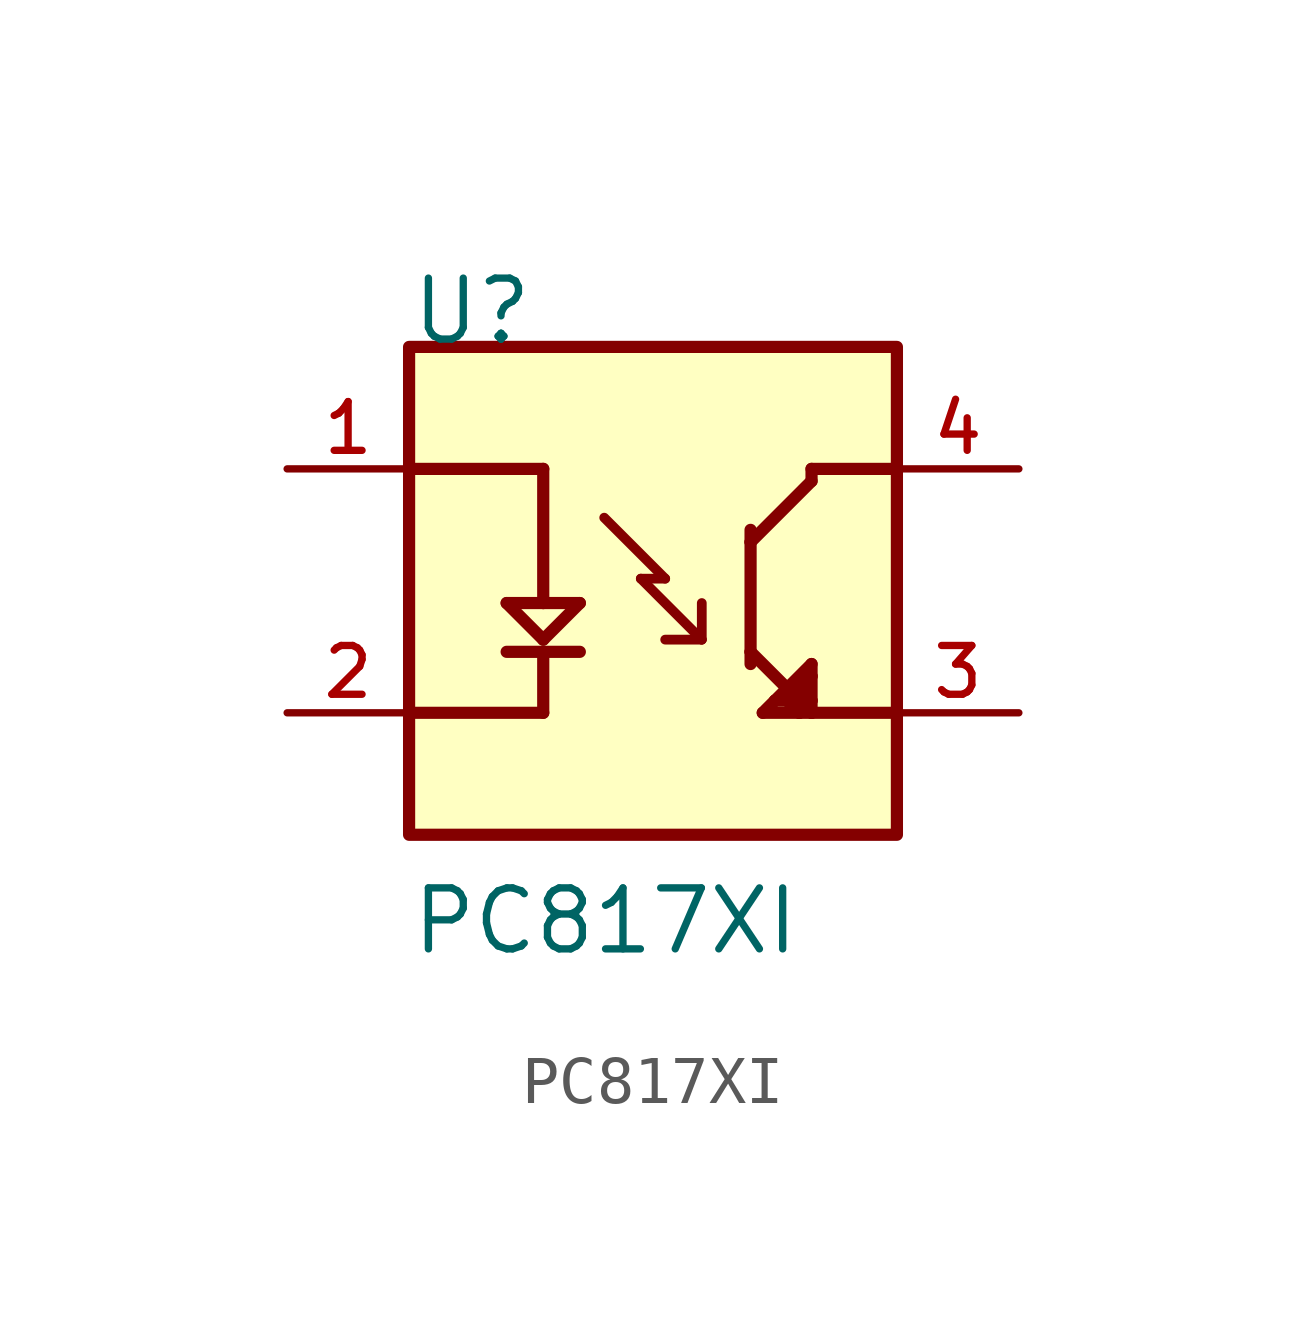
<source format=kicad_sym>
(kicad_symbol_lib
  (version 20211014)
  (generator kicad_symbol_editor)
  (symbol "PC817XI"
    (pin_names
      (offset 1.016))
    (property "Reference" "U"
      (at -5.08 5.08 0)
      (effects (font (size 1.27 1.27)) (justify bottom left)))
    (property "Value" "PC817XI"
      (at -5.08 -7.62 0)
      (effects (font (size 1.27 1.27)) (justify bottom left)))
    (symbol "PC817XI_0_0"
      (polyline (pts (xy -5.08 2.54) (xy -2.286 2.54)) (stroke (width 0.254)))
      (polyline (pts (xy -2.286 2.54) (xy -2.286 -0.254)) (stroke (width 0.254)))
      (polyline (pts (xy -2.286 -0.254) (xy -1.524 -0.254)) (stroke (width 0.254)))
      (polyline (pts (xy -2.286 -0.254) (xy -3.048 -0.254)) (stroke (width 0.254)))
      (polyline (pts (xy -3.048 -0.254) (xy -2.286 -1.016)) (stroke (width 0.254)))
      (polyline (pts (xy -2.286 -1.016) (xy -1.524 -0.254)) (stroke (width 0.254)))
      (polyline (pts (xy -3.048 -1.27) (xy -1.524 -1.27)) (stroke (width 0.254)))
      (polyline (pts (xy -2.286 -1.27) (xy -2.286 -2.54)) (stroke (width 0.254)))
      (polyline (pts (xy -2.286 -2.54) (xy -5.08 -2.54)) (stroke (width 0.254)))
      (polyline (pts (xy 5.08 2.54) (xy 3.302 2.54)) (stroke (width 0.254)))
      (polyline (pts (xy 3.302 2.54) (xy 3.302 2.286)) (stroke (width 0.254)))
      (polyline (pts (xy 3.302 2.286) (xy 2.032 1.016)) (stroke (width 0.254)))
      (polyline (pts (xy 2.032 1.016) (xy 2.032 -1.27)) (stroke (width 0.254)))
      (polyline (pts (xy 2.032 -1.27) (xy 3.302 -2.54)) (stroke (width 0.254)))
      (polyline (pts (xy 3.302 -2.54) (xy 5.08 -2.54)) (stroke (width 0.254)))
      (polyline (pts (xy 3.302 -2.286) (xy 3.302 -1.778)) (stroke (width 0.254)))
      (polyline (pts (xy 3.302 -1.778) (xy 3.302 -1.524)) (stroke (width 0.254)))
      (polyline (pts (xy 3.302 -1.524) (xy 2.54 -2.286)) (stroke (width 0.254)))
      (polyline (pts (xy 2.54 -2.286) (xy 2.286 -2.54)) (stroke (width 0.254)))
      (polyline (pts (xy 2.286 -2.54) (xy 3.048 -2.54)) (stroke (width 0.254)))
      (polyline (pts (xy 3.048 -2.54) (xy 3.302 -2.54)) (stroke (width 0.254)))
      (polyline (pts (xy 3.302 -2.54) (xy 3.302 -2.286)) (stroke (width 0.254)))
      (polyline (pts (xy 3.302 -2.286) (xy 3.048 -2.032)) (stroke (width 0.254)))
      (polyline (pts (xy 3.048 -2.032) (xy 2.794 -2.286)) (stroke (width 0.254)))
      (polyline (pts (xy 2.54 -2.286) (xy 2.794 -2.286)) (stroke (width 0.254)))
      (polyline (pts (xy 2.794 -2.286) (xy 3.048 -2.54)) (stroke (width 0.254)))
      (polyline (pts (xy 3.048 -2.54) (xy 3.048 -2.032)) (stroke (width 0.254)))
      (polyline (pts (xy 3.048 -2.032) (xy 3.302 -1.778)) (stroke (width 0.254)))
      (polyline (pts (xy 2.032 -1.27) (xy 2.032 -1.524)) (stroke (width 0.254)))
      (polyline (pts (xy 2.032 1.016) (xy 2.032 1.27)) (stroke (width 0.254)))
      (polyline (pts (xy 0.254 0.254) (xy -0.254 0.254)) (stroke (width 0.203)))
      (polyline (pts (xy -0.254 0.254) (xy 1.016 -1.016)) (stroke (width 0.203)))
      (polyline (pts (xy 1.016 -1.016) (xy 1.016 -0.254)) (stroke (width 0.203)))
      (polyline (pts (xy 1.016 -1.016) (xy 0.254 -1.016)) (stroke (width 0.203)))
      (polyline (pts (xy -1.016 1.524) (xy 0.254 0.254)) (stroke (width 0.203)))
      (rectangle (start -5.08 -5.08) (end 5.08 5.08) (stroke (width 0.254)) (fill (type background)))
      (pin passive line (at -7.62 2.54 0) (length 2.54) (name "~" (effects (font (size 1.016 1.016)))) (number "1" (effects (font (size 1.016 1.016)))))
      (pin passive line (at -7.62 -2.54 0) (length 2.54) (name "~" (effects (font (size 1.016 1.016)))) (number "2" (effects (font (size 1.016 1.016)))))
      (pin passive line (at 7.62 2.54 180.0) (length 2.54) (name "~" (effects (font (size 1.016 1.016)))) (number "4" (effects (font (size 1.016 1.016)))))
      (pin passive line (at 7.62 -2.54 180.0) (length 2.54) (name "~" (effects (font (size 1.016 1.016)))) (number "3" (effects (font (size 1.016 1.016))))))))
</source>
